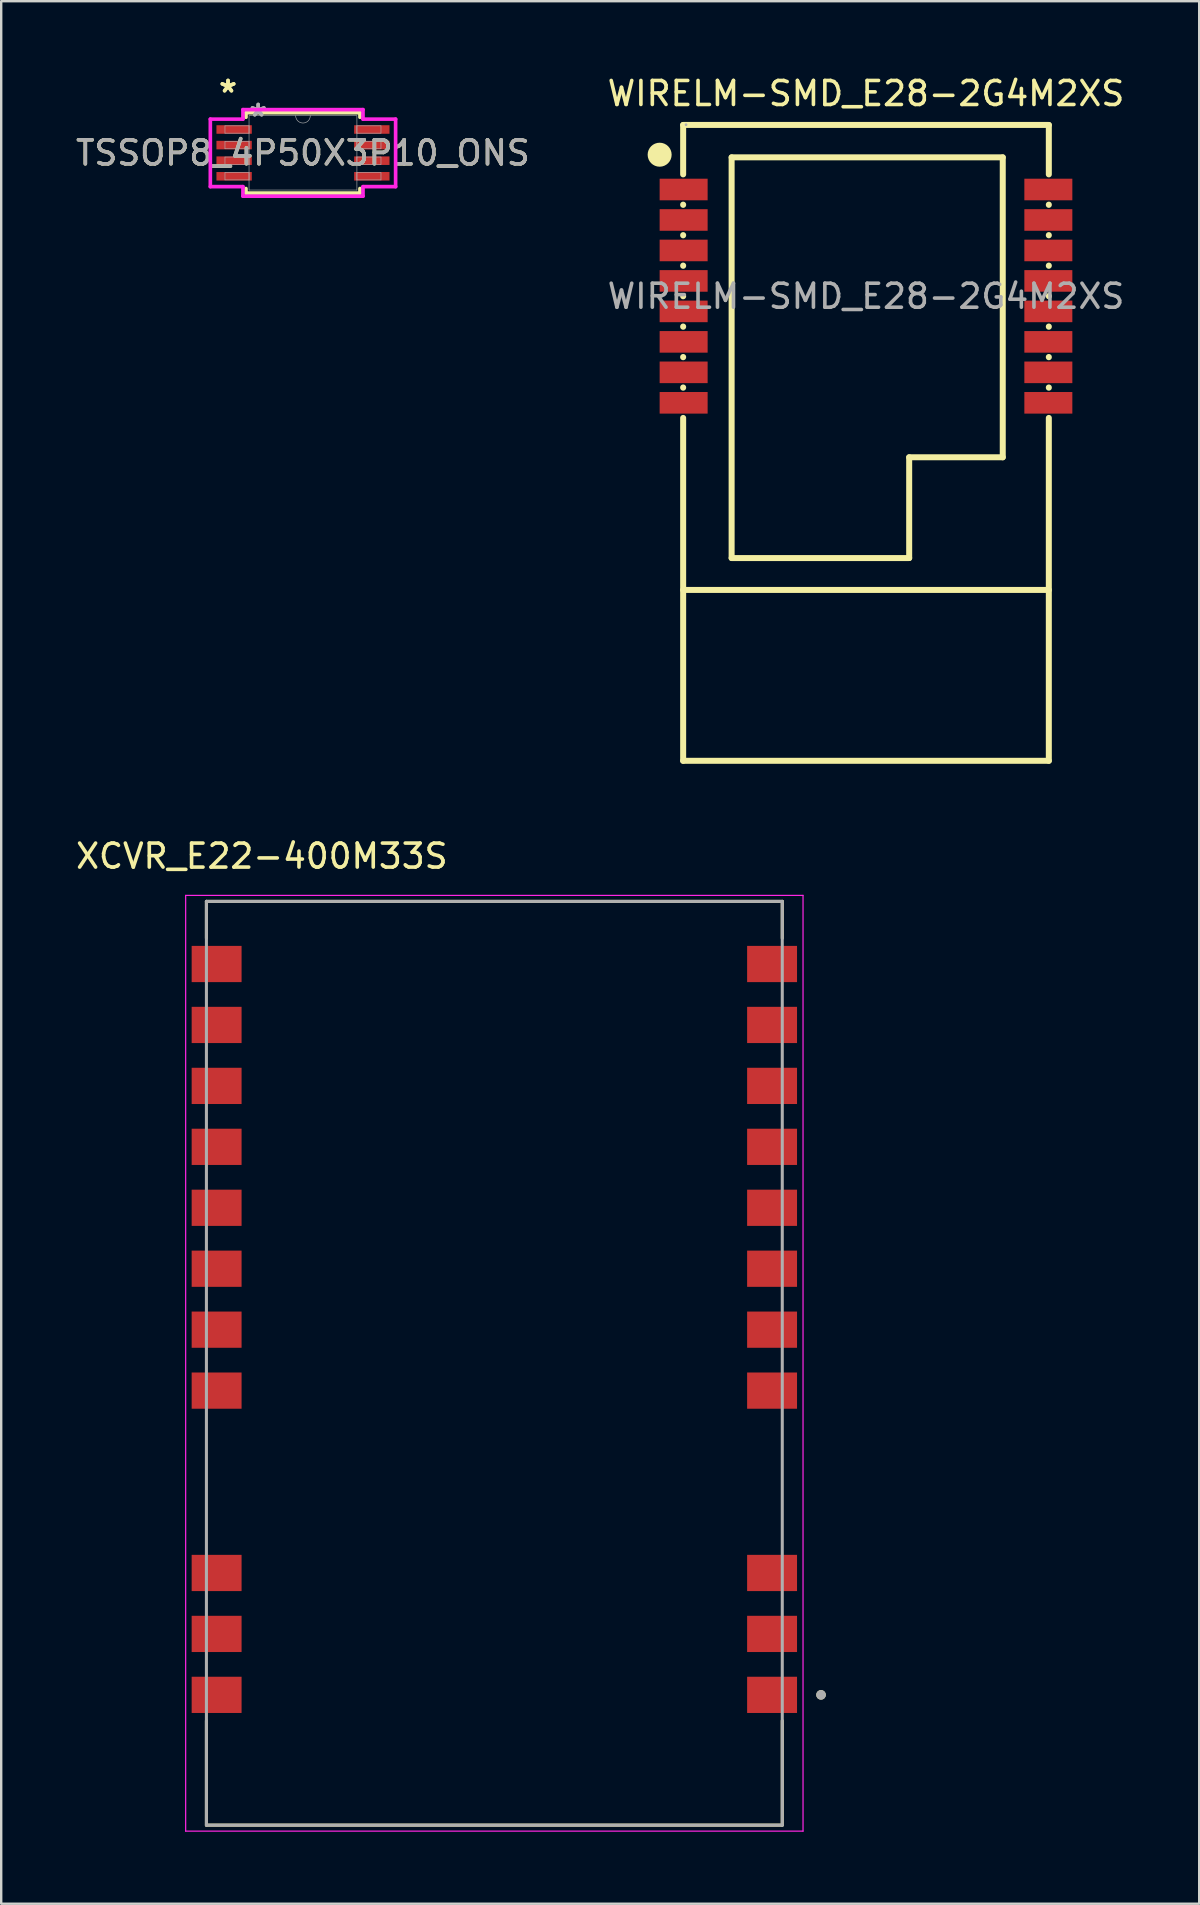
<source format=kicad_pcb>
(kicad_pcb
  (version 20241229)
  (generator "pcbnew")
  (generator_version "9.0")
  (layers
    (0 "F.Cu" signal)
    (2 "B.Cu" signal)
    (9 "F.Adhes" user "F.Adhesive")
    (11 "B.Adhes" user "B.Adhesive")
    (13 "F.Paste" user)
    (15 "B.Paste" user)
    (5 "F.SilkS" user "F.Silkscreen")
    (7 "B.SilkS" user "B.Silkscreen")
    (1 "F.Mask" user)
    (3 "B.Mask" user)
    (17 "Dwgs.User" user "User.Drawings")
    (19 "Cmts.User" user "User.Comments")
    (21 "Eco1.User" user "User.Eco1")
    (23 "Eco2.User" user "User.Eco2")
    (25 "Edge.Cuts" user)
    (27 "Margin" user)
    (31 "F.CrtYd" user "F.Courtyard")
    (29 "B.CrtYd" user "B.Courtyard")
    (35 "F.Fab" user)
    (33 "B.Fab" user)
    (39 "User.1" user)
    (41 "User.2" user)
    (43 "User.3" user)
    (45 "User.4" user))
  (footprint "WIRELM-SMD_E28-2G4M2XS"
    (layer "F.Cu")
    (at 33.042 9.298)
    (property "Reference" "WIRELM-SMD_E28-2G4M2XS" (at 0 -8.45 180) (layer "F.SilkS") (effects (font (size 1 1) (thickness 0.15))))
    (attr smd)
    (fp_line (start -7.62 -7.14) (end -7.62 -5.08) (stroke (width 0.25) (type solid)) (layer "F.SilkS"))
    (fp_line (start -7.62 -7.14) (end 7.62 -7.14) (stroke (width 0.25) (type solid)) (layer "F.SilkS"))
    (fp_line (start -7.62 -3.82) (end -7.62 -3.81) (stroke (width 0.25) (type solid)) (layer "F.SilkS"))
    (fp_line (start -7.62 -2.55) (end -7.62 -2.54) (stroke (width 0.25) (type solid)) (layer "F.SilkS"))
    (fp_line (start -7.62 -1.28) (end -7.62 -1.27) (stroke (width 0.25) (type solid)) (layer "F.SilkS"))
    (fp_line (start -7.62 -0.01) (end -7.62 0) (stroke (width 0.25) (type solid)) (layer "F.SilkS"))
    (fp_line (start -7.62 1.26) (end -7.62 1.27) (stroke (width 0.25) (type solid)) (layer "F.SilkS"))
    (fp_line (start -7.62 2.53) (end -7.62 2.54) (stroke (width 0.25) (type solid)) (layer "F.SilkS"))
    (fp_line (start -7.62 3.8) (end -7.62 3.81) (stroke (width 0.25) (type solid)) (layer "F.SilkS"))
    (fp_line (start -7.62 5.07) (end -7.62 19.36) (stroke (width 0.25) (type solid)) (layer "F.SilkS"))
    (fp_line (start -7.62 12.24) (end 7.62 12.24) (stroke (width 0.25) (type solid)) (layer "F.SilkS"))
    (fp_line (start -7.62 19.36) (end 7.62 19.36) (stroke (width 0.25) (type solid)) (layer "F.SilkS"))
    (fp_line (start -5.6 -5.79) (end 5.7 -5.79) (stroke (width 0.25) (type solid)) (layer "F.SilkS"))
    (fp_line (start -5.6 10.91) (end -5.6 -5.79) (stroke (width 0.25) (type solid)) (layer "F.SilkS"))
    (fp_line (start 1.8 6.71) (end 1.8 10.91) (stroke (width 0.25) (type solid)) (layer "F.SilkS"))
    (fp_line (start 1.8 10.91) (end -5.6 10.91) (stroke (width 0.25) (type solid)) (layer "F.SilkS"))
    (fp_line (start 5.7 -5.79) (end 5.7 6.71) (stroke (width 0.25) (type solid)) (layer "F.SilkS"))
    (fp_line (start 5.7 6.71) (end 1.8 6.71) (stroke (width 0.25) (type solid)) (layer "F.SilkS"))
    (fp_line (start 7.62 -7.14) (end 7.62 -5.08) (stroke (width 0.25) (type solid)) (layer "F.SilkS"))
    (fp_line (start 7.62 -3.82) (end 7.62 -3.81) (stroke (width 0.25) (type solid)) (layer "F.SilkS"))
    (fp_line (start 7.62 -2.55) (end 7.62 -2.54) (stroke (width 0.25) (type solid)) (layer "F.SilkS"))
    (fp_line (start 7.62 -1.28) (end 7.62 -1.27) (stroke (width 0.25) (type solid)) (layer "F.SilkS"))
    (fp_line (start 7.62 -0.01) (end 7.62 0) (stroke (width 0.25) (type solid)) (layer "F.SilkS"))
    (fp_line (start 7.62 1.26) (end 7.62 1.27) (stroke (width 0.25) (type solid)) (layer "F.SilkS"))
    (fp_line (start 7.62 2.53) (end 7.62 2.54) (stroke (width 0.25) (type solid)) (layer "F.SilkS"))
    (fp_line (start 7.62 3.8) (end 7.62 3.81) (stroke (width 0.25) (type solid)) (layer "F.SilkS"))
    (fp_line (start 7.62 5.07) (end 7.62 19.36) (stroke (width 0.25) (type solid)) (layer "F.SilkS"))
    (fp_circle (center -8.6 -5.9) (end -8.35 -5.9) (stroke (width 0.5) (type solid)) (fill no) (layer "F.SilkS"))
    (fp_circle (center -7.5 -7.15) (end -7.47 -7.15) (stroke (width 0.06) (type solid)) (fill no) (layer "F.Fab"))
    (fp_text user "${REFERENCE}" (at 0 0 180) (layer "F.Fab") (effects (font (size 1 1) (thickness 0.15))))
    (pad "1" smd rect (at -7.6 -4.45) (size 2 0.9) (layers "F.Cu" "F.Mask" "F.Paste"))
    (pad "2" smd rect (at -7.6 -3.18) (size 2 0.9) (layers "F.Cu" "F.Mask" "F.Paste"))
    (pad "3" smd rect (at -7.6 -1.91) (size 2 0.9) (layers "F.Cu" "F.Mask" "F.Paste"))
    (pad "4" smd rect (at -7.6 -0.64) (size 2 0.9) (layers "F.Cu" "F.Mask" "F.Paste"))
    (pad "5" smd rect (at -7.6 0.63) (size 2 0.9) (layers "F.Cu" "F.Mask" "F.Paste"))
    (pad "6" smd rect (at -7.6 1.9) (size 2 0.9) (layers "F.Cu" "F.Mask" "F.Paste"))
    (pad "7" smd rect (at -7.6 3.17) (size 2 0.9) (layers "F.Cu" "F.Mask" "F.Paste"))
    (pad "8" smd rect (at -7.6 4.44) (size 2 0.9) (layers "F.Cu" "F.Mask" "F.Paste"))
    (pad "9" smd rect (at 7.6 4.44) (size 2 0.9) (layers "F.Cu" "F.Mask" "F.Paste"))
    (pad "10" smd rect (at 7.6 3.17) (size 2 0.9) (layers "F.Cu" "F.Mask" "F.Paste"))
    (pad "11" smd rect (at 7.6 1.9) (size 2 0.9) (layers "F.Cu" "F.Mask" "F.Paste"))
    (pad "12" smd rect (at 7.6 0.63) (size 2 0.9) (layers "F.Cu" "F.Mask" "F.Paste"))
    (pad "13" smd rect (at 7.6 -0.64) (size 2 0.9) (layers "F.Cu" "F.Mask" "F.Paste"))
    (pad "14" smd rect (at 7.6 -1.91) (size 2 0.9) (layers "F.Cu" "F.Mask" "F.Paste"))
    (pad "15" smd rect (at 7.6 -3.18) (size 2 0.9) (layers "F.Cu" "F.Mask" "F.Paste"))
    (pad "16" smd rect (at 7.6 -4.45) (size 2 0.9) (layers "F.Cu" "F.Mask" "F.Paste")))
  (footprint "XCVR_E22-400M33S"
    (layer "F.Cu")
    (at 17.553 53.767)
    (property "Reference" "XCVR_E22-400M33S" (at -9.69 -21.135 0) (layer "F.SilkS") (effects (font (size 1 1) (thickness 0.15))))
    (attr smd)
    (fp_line (start -12 -19.25) (end 12 -19.25) (stroke (width 0.127) (type solid)) (layer "F.SilkS"))
    (fp_line (start -12 -17.715) (end -12 -19.25) (stroke (width 0.127) (type solid)) (layer "F.SilkS"))
    (fp_line (start -12 19.25) (end -12 14.895) (stroke (width 0.127) (type solid)) (layer "F.SilkS"))
    (fp_line (start 12 -19.25) (end 12 -17.715) (stroke (width 0.127) (type solid)) (layer "F.SilkS"))
    (fp_line (start 12 19.25) (end -12 19.25) (stroke (width 0.127) (type solid)) (layer "F.SilkS"))
    (fp_line (start 12 19.25) (end 12 14.895) (stroke (width 0.127) (type solid)) (layer "F.SilkS"))
    (fp_circle (center 13.615 13.82) (end 13.715 13.82) (stroke (width 0.2) (type solid)) (fill no) (layer "F.SilkS"))
    (fp_line (start -12.865 -19.5) (end -12.865 19.5) (stroke (width 0.05) (type solid)) (layer "F.CrtYd"))
    (fp_line (start -12.865 19.5) (end 12.865 19.5) (stroke (width 0.05) (type solid)) (layer "F.CrtYd"))
    (fp_line (start 12.865 -19.5) (end -12.865 -19.5) (stroke (width 0.05) (type solid)) (layer "F.CrtYd"))
    (fp_line (start 12.865 19.5) (end 12.865 -19.5) (stroke (width 0.05) (type solid)) (layer "F.CrtYd"))
    (fp_line (start -12 -19.25) (end 12 -19.25) (stroke (width 0.127) (type solid)) (layer "F.Fab"))
    (fp_line (start -12 19.25) (end -12 -19.25) (stroke (width 0.127) (type solid)) (layer "F.Fab"))
    (fp_line (start 12 -19.25) (end 12 19.25) (stroke (width 0.127) (type solid)) (layer "F.Fab"))
    (fp_line (start 12 19.25) (end -12 19.25) (stroke (width 0.127) (type solid)) (layer "F.Fab"))
    (fp_circle (center 13.615 13.82) (end 13.715 13.82) (stroke (width 0.2) (type solid)) (fill no) (layer "F.Fab"))
    (pad "1" smd rect (at 11.575 13.82) (size 2.08 1.51) (layers "F.Cu" "F.Mask" "F.Paste"))
    (pad "2" smd rect (at 11.575 11.28) (size 2.08 1.51) (layers "F.Cu" "F.Mask" "F.Paste"))
    (pad "3" smd rect (at 11.575 8.74) (size 2.08 1.51) (layers "F.Cu" "F.Mask" "F.Paste"))
    (pad "4" smd rect (at 11.575 1.14) (size 2.08 1.51) (layers "F.Cu" "F.Mask" "F.Paste"))
    (pad "5" smd rect (at 11.575 -1.4) (size 2.08 1.51) (layers "F.Cu" "F.Mask" "F.Paste"))
    (pad "6" smd rect (at 11.575 -3.94) (size 2.08 1.51) (layers "F.Cu" "F.Mask" "F.Paste"))
    (pad "7" smd rect (at 11.575 -6.48) (size 2.08 1.51) (layers "F.Cu" "F.Mask" "F.Paste"))
    (pad "8" smd rect (at 11.575 -9.02) (size 2.08 1.51) (layers "F.Cu" "F.Mask" "F.Paste"))
    (pad "9" smd rect (at 11.575 -11.56) (size 2.08 1.51) (layers "F.Cu" "F.Mask" "F.Paste"))
    (pad "10" smd rect (at 11.575 -14.1) (size 2.08 1.51) (layers "F.Cu" "F.Mask" "F.Paste"))
    (pad "11" smd rect (at 11.575 -16.64) (size 2.08 1.51) (layers "F.Cu" "F.Mask" "F.Paste"))
    (pad "12" smd rect (at -11.575 -16.64) (size 2.08 1.51) (layers "F.Cu" "F.Mask" "F.Paste"))
    (pad "13" smd rect (at -11.575 -14.1) (size 2.08 1.51) (layers "F.Cu" "F.Mask" "F.Paste"))
    (pad "14" smd rect (at -11.575 -11.56) (size 2.08 1.51) (layers "F.Cu" "F.Mask" "F.Paste"))
    (pad "15" smd rect (at -11.575 -9.02) (size 2.08 1.51) (layers "F.Cu" "F.Mask" "F.Paste"))
    (pad "16" smd rect (at -11.575 -6.48) (size 2.08 1.51) (layers "F.Cu" "F.Mask" "F.Paste"))
    (pad "17" smd rect (at -11.575 -3.94) (size 2.08 1.51) (layers "F.Cu" "F.Mask" "F.Paste"))
    (pad "18" smd rect (at -11.575 -1.4) (size 2.08 1.51) (layers "F.Cu" "F.Mask" "F.Paste"))
    (pad "19" smd rect (at -11.575 1.14) (size 2.08 1.51) (layers "F.Cu" "F.Mask" "F.Paste"))
    (pad "20" smd rect (at -11.575 8.74) (size 2.08 1.51) (layers "F.Cu" "F.Mask" "F.Paste"))
    (pad "21" smd rect (at -11.575 11.28) (size 2.08 1.51) (layers "F.Cu" "F.Mask" "F.Paste"))
    (pad "22" smd rect (at -11.575 13.82) (size 2.08 1.51) (layers "F.Cu" "F.Mask" "F.Paste")))
  (footprint "TSSOP8_4P50X3P10_ONS"
    (layer "F.Cu")
    (at 9.577 3.322)
    (property "Reference" "TSSOP8_4P50X3P10_ONS" (at 0 0 0) (unlocked yes) (layer "F.SilkS") (effects (font (size 1 1) (thickness 0.15))))
    (attr smd)
    (fp_line (start -2.375 -1.676) (end -2.375 -1.486) (stroke (width 0.152) (type solid)) (layer "F.SilkS"))
    (fp_line (start -2.375 1.486) (end -2.375 1.676) (stroke (width 0.152) (type solid)) (layer "F.SilkS"))
    (fp_line (start -2.375 1.676) (end 2.375 1.676) (stroke (width 0.152) (type solid)) (layer "F.SilkS"))
    (fp_line (start 2.375 -1.676) (end -2.375 -1.676) (stroke (width 0.152) (type solid)) (layer "F.SilkS"))
    (fp_line (start 2.375 -1.486) (end 2.375 -1.676) (stroke (width 0.152) (type solid)) (layer "F.SilkS"))
    (fp_line (start 2.375 1.676) (end 2.375 1.486) (stroke (width 0.152) (type solid)) (layer "F.SilkS"))
    (fp_line (start -3.861 -1.407) (end -2.502 -1.407) (stroke (width 0.152) (type solid)) (layer "F.CrtYd"))
    (fp_line (start -3.861 1.407) (end -3.861 -1.407) (stroke (width 0.152) (type solid)) (layer "F.CrtYd"))
    (fp_line (start -3.861 1.407) (end -2.502 1.407) (stroke (width 0.152) (type solid)) (layer "F.CrtYd"))
    (fp_line (start -2.502 -1.803) (end 2.502 -1.803) (stroke (width 0.152) (type solid)) (layer "F.CrtYd"))
    (fp_line (start -2.502 -1.407) (end -2.502 -1.803) (stroke (width 0.152) (type solid)) (layer "F.CrtYd"))
    (fp_line (start -2.502 1.803) (end -2.502 1.407) (stroke (width 0.152) (type solid)) (layer "F.CrtYd"))
    (fp_line (start 2.502 -1.803) (end 2.502 -1.407) (stroke (width 0.152) (type solid)) (layer "F.CrtYd"))
    (fp_line (start 2.502 1.407) (end 2.502 1.803) (stroke (width 0.152) (type solid)) (layer "F.CrtYd"))
    (fp_line (start 2.502 1.803) (end -2.502 1.803) (stroke (width 0.152) (type solid)) (layer "F.CrtYd"))
    (fp_line (start 3.861 -1.407) (end 2.502 -1.407) (stroke (width 0.152) (type solid)) (layer "F.CrtYd"))
    (fp_line (start 3.861 -1.407) (end 3.861 1.407) (stroke (width 0.152) (type solid)) (layer "F.CrtYd"))
    (fp_line (start 3.861 1.407) (end 2.502 1.407) (stroke (width 0.152) (type solid)) (layer "F.CrtYd"))
    (fp_line (start -3.251 -1.127) (end -3.251 -0.823) (stroke (width 0.025) (type solid)) (layer "F.Fab"))
    (fp_line (start -3.251 -0.823) (end -2.248 -0.823) (stroke (width 0.025) (type solid)) (layer "F.Fab"))
    (fp_line (start -3.251 -0.477) (end -3.251 -0.173) (stroke (width 0.025) (type solid)) (layer "F.Fab"))
    (fp_line (start -3.251 -0.173) (end -2.248 -0.173) (stroke (width 0.025) (type solid)) (layer "F.Fab"))
    (fp_line (start -3.251 0.173) (end -3.251 0.477) (stroke (width 0.025) (type solid)) (layer "F.Fab"))
    (fp_line (start -3.251 0.477) (end -2.248 0.477) (stroke (width 0.025) (type solid)) (layer "F.Fab"))
    (fp_line (start -3.251 0.823) (end -3.251 1.127) (stroke (width 0.025) (type solid)) (layer "F.Fab"))
    (fp_line (start -3.251 1.127) (end -2.248 1.127) (stroke (width 0.025) (type solid)) (layer "F.Fab"))
    (fp_line (start -2.248 -1.549) (end -2.248 1.549) (stroke (width 0.025) (type solid)) (layer "F.Fab"))
    (fp_line (start -2.248 -1.127) (end -3.251 -1.127) (stroke (width 0.025) (type solid)) (layer "F.Fab"))
    (fp_line (start -2.248 -0.823) (end -2.248 -1.127) (stroke (width 0.025) (type solid)) (layer "F.Fab"))
    (fp_line (start -2.248 -0.477) (end -3.251 -0.477) (stroke (width 0.025) (type solid)) (layer "F.Fab"))
    (fp_line (start -2.248 -0.173) (end -2.248 -0.477) (stroke (width 0.025) (type solid)) (layer "F.Fab"))
    (fp_line (start -2.248 0.173) (end -3.251 0.173) (stroke (width 0.025) (type solid)) (layer "F.Fab"))
    (fp_line (start -2.248 0.477) (end -2.248 0.173) (stroke (width 0.025) (type solid)) (layer "F.Fab"))
    (fp_line (start -2.248 0.823) (end -3.251 0.823) (stroke (width 0.025) (type solid)) (layer "F.Fab"))
    (fp_line (start -2.248 1.127) (end -2.248 0.823) (stroke (width 0.025) (type solid)) (layer "F.Fab"))
    (fp_line (start -2.248 1.549) (end 2.248 1.549) (stroke (width 0.025) (type solid)) (layer "F.Fab"))
    (fp_line (start 2.248 -1.549) (end -2.248 -1.549) (stroke (width 0.025) (type solid)) (layer "F.Fab"))
    (fp_line (start 2.248 -1.127) (end 2.248 -0.823) (stroke (width 0.025) (type solid)) (layer "F.Fab"))
    (fp_line (start 2.248 -0.823) (end 3.251 -0.823) (stroke (width 0.025) (type solid)) (layer "F.Fab"))
    (fp_line (start 2.248 -0.477) (end 2.248 -0.173) (stroke (width 0.025) (type solid)) (layer "F.Fab"))
    (fp_line (start 2.248 -0.173) (end 3.251 -0.173) (stroke (width 0.025) (type solid)) (layer "F.Fab"))
    (fp_line (start 2.248 0.173) (end 2.248 0.477) (stroke (width 0.025) (type solid)) (layer "F.Fab"))
    (fp_line (start 2.248 0.477) (end 3.251 0.477) (stroke (width 0.025) (type solid)) (layer "F.Fab"))
    (fp_line (start 2.248 0.823) (end 2.248 1.127) (stroke (width 0.025) (type solid)) (layer "F.Fab"))
    (fp_line (start 2.248 1.127) (end 3.251 1.127) (stroke (width 0.025) (type solid)) (layer "F.Fab"))
    (fp_line (start 2.248 1.549) (end 2.248 -1.549) (stroke (width 0.025) (type solid)) (layer "F.Fab"))
    (fp_line (start 3.251 -1.127) (end 2.248 -1.127) (stroke (width 0.025) (type solid)) (layer "F.Fab"))
    (fp_line (start 3.251 -0.823) (end 3.251 -1.127) (stroke (width 0.025) (type solid)) (layer "F.Fab"))
    (fp_line (start 3.251 -0.477) (end 2.248 -0.477) (stroke (width 0.025) (type solid)) (layer "F.Fab"))
    (fp_line (start 3.251 -0.173) (end 3.251 -0.477) (stroke (width 0.025) (type solid)) (layer "F.Fab"))
    (fp_line (start 3.251 0.173) (end 2.248 0.173) (stroke (width 0.025) (type solid)) (layer "F.Fab"))
    (fp_line (start 3.251 0.477) (end 3.251 0.173) (stroke (width 0.025) (type solid)) (layer "F.Fab"))
    (fp_line (start 3.251 0.823) (end 2.248 0.823) (stroke (width 0.025) (type solid)) (layer "F.Fab"))
    (fp_line (start 3.251 1.127) (end 3.251 0.823) (stroke (width 0.025) (type solid)) (layer "F.Fab"))
    (fp_arc (start 0.3048 -1.5494) (mid 0 -1.2446) (end -0.3048 -1.5494) (stroke (width 0.0254) (type solid)) (layer "F.Fab"))
    (fp_text user "*" (at -3.124 -2.474 0) (layer "F.SilkS") (effects (font (size 1 1) (thickness 0.15))))
    (fp_text user "*" (at -3.124 -2.474 0) (unlocked yes) (layer "F.SilkS") (effects (font (size 1 1) (thickness 0.15))))
    (fp_text user "*" (at -1.867 -1.473 0) (unlocked yes) (layer "F.Fab") (effects (font (size 1 1) (thickness 0.15))))
    (fp_text user "${REFERENCE}" (at 0 0 0) (unlocked yes) (layer "F.Fab") (effects (font (size 1 1) (thickness 0.15))))
    (fp_text user "*" (at -1.867 -1.473 0) (layer "F.Fab") (effects (font (size 1 1) (thickness 0.15))))
    (pad "1" smd rect (at -2.87 -0.975) (size 1.473 0.356) (layers "F.Cu" "F.Mask" "F.Paste"))
    (pad "2" smd rect (at -2.87 -0.325) (size 1.473 0.356) (layers "F.Cu" "F.Mask" "F.Paste"))
    (pad "3" smd rect (at -2.87 0.325) (size 1.473 0.356) (layers "F.Cu" "F.Mask" "F.Paste"))
    (pad "4" smd rect (at -2.87 0.975) (size 1.473 0.356) (layers "F.Cu" "F.Mask" "F.Paste"))
    (pad "5" smd rect (at 2.87 0.975) (size 1.473 0.356) (layers "F.Cu" "F.Mask" "F.Paste"))
    (pad "6" smd rect (at 2.87 0.325) (size 1.473 0.356) (layers "F.Cu" "F.Mask" "F.Paste"))
    (pad "7" smd rect (at 2.87 -0.325) (size 1.473 0.356) (layers "F.Cu" "F.Mask" "F.Paste"))
    (pad "8" smd rect (at 2.87 -0.975) (size 1.473 0.356) (layers "F.Cu" "F.Mask" "F.Paste")))
  (gr_rect
    (start -3 -3)
    (end 46.929 76.291)
    (stroke (width 0.1) (type default))
    (fill no)
    (layer "Edge.Cuts")))
</source>
